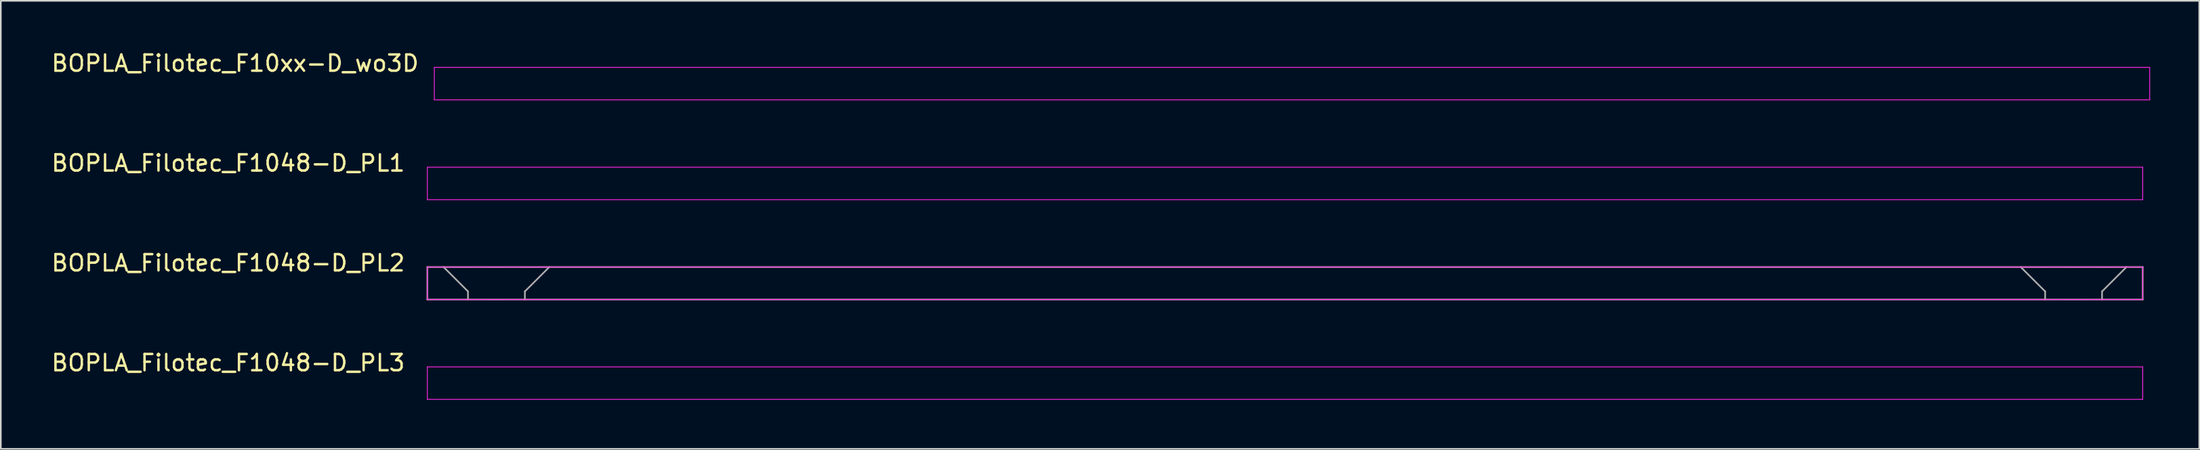
<source format=kicad_pcb>
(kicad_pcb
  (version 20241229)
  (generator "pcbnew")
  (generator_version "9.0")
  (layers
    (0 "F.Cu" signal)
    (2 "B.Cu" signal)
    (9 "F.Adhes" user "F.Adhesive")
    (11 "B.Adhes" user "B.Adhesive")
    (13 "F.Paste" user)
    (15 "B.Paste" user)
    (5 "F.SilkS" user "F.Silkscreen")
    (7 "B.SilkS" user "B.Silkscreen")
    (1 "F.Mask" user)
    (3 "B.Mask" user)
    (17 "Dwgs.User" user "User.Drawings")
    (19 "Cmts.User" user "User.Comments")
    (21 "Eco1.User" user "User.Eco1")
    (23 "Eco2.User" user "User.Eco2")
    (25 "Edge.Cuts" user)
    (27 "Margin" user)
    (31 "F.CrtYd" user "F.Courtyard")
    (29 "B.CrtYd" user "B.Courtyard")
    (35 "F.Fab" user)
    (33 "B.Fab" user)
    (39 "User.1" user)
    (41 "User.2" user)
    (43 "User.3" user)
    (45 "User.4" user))
  (footprint "BOPLA_Filotec_F1048-D_PL1"
    (layer "F.Cu")
    (at 75.982 8.246)
    (property "Reference" "BOPLA_Filotec_F1048-D_PL1" (at -65 -1.25 0) (layer "F.SilkS") (effects (font (size 1 1) (thickness 0.15))))
    (attr exclude_from_pos_files exclude_from_bom)
    (fp_line (start -52.75 -1) (end -51.75 -1) (stroke (width 0.1) (type solid)) (layer "Eco1.User"))
    (fp_line (start -52.75 1) (end -52.75 -1) (stroke (width 0.1) (type solid)) (layer "Eco1.User"))
    (fp_line (start -52.75 1) (end -50.25 1) (stroke (width 0.1) (type solid)) (layer "Eco1.User"))
    (fp_line (start -51.75 -1) (end -45.25 -1) (stroke (width 0.1) (type solid)) (layer "Eco1.User"))
    (fp_line (start -50.25 0.5) (end -51.75 -1) (stroke (width 0.1) (type solid)) (layer "Eco1.User"))
    (fp_line (start -50.25 1) (end -50.25 0.5) (stroke (width 0.1) (type solid)) (layer "Eco1.User"))
    (fp_line (start -50.25 1) (end -46.75 1) (stroke (width 0.1) (type solid)) (layer "Eco1.User"))
    (fp_line (start -46.75 0.5) (end -45.25 -1) (stroke (width 0.1) (type solid)) (layer "Eco1.User"))
    (fp_line (start -46.75 1) (end -46.75 0.5) (stroke (width 0.1) (type solid)) (layer "Eco1.User"))
    (fp_line (start -46.75 1) (end 46.75 1) (stroke (width 0.1) (type solid)) (layer "Eco1.User"))
    (fp_line (start -45.25 -1) (end 45.25 -1) (stroke (width 0.1) (type solid)) (layer "Eco1.User"))
    (fp_line (start 45.25 -1) (end 51.75 -1) (stroke (width 0.1) (type solid)) (layer "Eco1.User"))
    (fp_line (start 46.75 0.5) (end 45.25 -1) (stroke (width 0.1) (type solid)) (layer "Eco1.User"))
    (fp_line (start 46.75 1) (end 46.75 0.5) (stroke (width 0.1) (type solid)) (layer "Eco1.User"))
    (fp_line (start 46.75 1) (end 50.25 1) (stroke (width 0.1) (type solid)) (layer "Eco1.User"))
    (fp_line (start 50.25 0.5) (end 51.75 -1) (stroke (width 0.1) (type solid)) (layer "Eco1.User"))
    (fp_line (start 50.25 1) (end 50.25 0.5) (stroke (width 0.1) (type solid)) (layer "Eco1.User"))
    (fp_line (start 50.25 1) (end 52.75 1) (stroke (width 0.1) (type solid)) (layer "Eco1.User"))
    (fp_line (start 51.75 -1) (end 52.75 -1) (stroke (width 0.1) (type solid)) (layer "Eco1.User"))
    (fp_line (start 52.75 -1) (end 52.75 1) (stroke (width 0.1) (type solid)) (layer "Eco1.User"))
    (fp_line (start -52.75 -1) (end -52.75 1) (stroke (width 0.05) (type solid)) (layer "F.CrtYd"))
    (fp_line (start -52.75 1) (end 52.75 1) (stroke (width 0.05) (type solid)) (layer "F.CrtYd"))
    (fp_line (start 52.75 -1) (end -52.75 -1) (stroke (width 0.05) (type solid)) (layer "F.CrtYd"))
    (fp_line (start 52.75 1) (end 52.75 -1) (stroke (width 0.05) (type solid)) (layer "F.CrtYd")))
  (footprint "BOPLA_Filotec_F1048-D_PL2"
    (layer "F.Cu")
    (at 75.982 14.395)
    (property "Reference" "BOPLA_Filotec_F1048-D_PL2" (at -65 -1.25 0) (layer "F.SilkS") (effects (font (size 1 1) (thickness 0.15))))
    (attr exclude_from_pos_files exclude_from_bom)
    (fp_line (start -52.75 -1) (end -52.75 1) (stroke (width 0.05) (type solid)) (layer "F.CrtYd"))
    (fp_line (start -52.75 1) (end 52.75 1) (stroke (width 0.05) (type solid)) (layer "F.CrtYd"))
    (fp_line (start 52.75 -1) (end -52.75 -1) (stroke (width 0.05) (type solid)) (layer "F.CrtYd"))
    (fp_line (start 52.75 1) (end 52.75 -1) (stroke (width 0.05) (type solid)) (layer "F.CrtYd"))
    (fp_line (start -52.75 -1) (end -51.75 -1) (stroke (width 0.1) (type solid)) (layer "F.Fab"))
    (fp_line (start -52.75 1) (end -52.75 -1) (stroke (width 0.1) (type solid)) (layer "F.Fab"))
    (fp_line (start -52.75 1) (end -50.25 1) (stroke (width 0.1) (type solid)) (layer "F.Fab"))
    (fp_line (start -51.75 -1) (end -45.25 -1) (stroke (width 0.1) (type solid)) (layer "F.Fab"))
    (fp_line (start -50.25 0.5) (end -51.75 -1) (stroke (width 0.1) (type solid)) (layer "F.Fab"))
    (fp_line (start -50.25 1) (end -50.25 0.5) (stroke (width 0.1) (type solid)) (layer "F.Fab"))
    (fp_line (start -50.25 1) (end -46.75 1) (stroke (width 0.1) (type solid)) (layer "F.Fab"))
    (fp_line (start -50 -1) (end -51 -1) (stroke (width 0.05) (type solid)) (layer "F.Fab"))
    (fp_line (start -49 -1) (end -48 -1) (stroke (width 0.05) (type solid)) (layer "F.Fab"))
    (fp_line (start -49 1) (end -48 1) (stroke (width 0.05) (type solid)) (layer "F.Fab"))
    (fp_line (start -47 -1) (end -46 -1) (stroke (width 0.05) (type solid)) (layer "F.Fab"))
    (fp_line (start -46.75 0.5) (end -45.25 -1) (stroke (width 0.1) (type solid)) (layer "F.Fab"))
    (fp_line (start -46.75 1) (end -46.75 0.5) (stroke (width 0.1) (type solid)) (layer "F.Fab"))
    (fp_line (start -46.75 1) (end 46.75 1) (stroke (width 0.1) (type solid)) (layer "F.Fab"))
    (fp_line (start -45.25 -1) (end 45.25 -1) (stroke (width 0.1) (type solid)) (layer "F.Fab"))
    (fp_line (start 45.25 -1) (end 51.75 -1) (stroke (width 0.1) (type solid)) (layer "F.Fab"))
    (fp_line (start 46.75 0.5) (end 45.25 -1) (stroke (width 0.1) (type solid)) (layer "F.Fab"))
    (fp_line (start 46.75 1) (end 46.75 0.5) (stroke (width 0.1) (type solid)) (layer "F.Fab"))
    (fp_line (start 46.75 1) (end 50.25 1) (stroke (width 0.1) (type solid)) (layer "F.Fab"))
    (fp_line (start 47 -1) (end 46 -1) (stroke (width 0.05) (type solid)) (layer "F.Fab"))
    (fp_line (start 48 -1) (end 49 -1) (stroke (width 0.05) (type solid)) (layer "F.Fab"))
    (fp_line (start 48 1) (end 49 1) (stroke (width 0.05) (type solid)) (layer "F.Fab"))
    (fp_line (start 50 -1) (end 51 -1) (stroke (width 0.05) (type solid)) (layer "F.Fab"))
    (fp_line (start 50.25 0.5) (end 51.75 -1) (stroke (width 0.1) (type solid)) (layer "F.Fab"))
    (fp_line (start 50.25 1) (end 50.25 0.5) (stroke (width 0.1) (type solid)) (layer "F.Fab"))
    (fp_line (start 50.25 1) (end 52.75 1) (stroke (width 0.1) (type solid)) (layer "F.Fab"))
    (fp_line (start 51.75 -1) (end 52.75 -1) (stroke (width 0.1) (type solid)) (layer "F.Fab"))
    (fp_line (start 52.75 -1) (end 52.75 1) (stroke (width 0.1) (type solid)) (layer "F.Fab")))
  (footprint "BOPLA_Filotec_F1048-D_PL3"
    (layer "F.Cu")
    (at 75.982 20.543)
    (property "Reference" "BOPLA_Filotec_F1048-D_PL3" (at -65 -1.25 0) (layer "F.SilkS") (effects (font (size 1 1) (thickness 0.15))))
    (attr exclude_from_pos_files exclude_from_bom)
    (fp_line (start -52.75 -1) (end -51.75 -1) (stroke (width 0.1) (type solid)) (layer "Eco1.User"))
    (fp_line (start -52.75 1) (end -52.75 -1) (stroke (width 0.1) (type solid)) (layer "Eco1.User"))
    (fp_line (start -52.75 1) (end -50.25 1) (stroke (width 0.1) (type solid)) (layer "Eco1.User"))
    (fp_line (start -51.75 -1) (end -45.25 -1) (stroke (width 0.1) (type solid)) (layer "Eco1.User"))
    (fp_line (start -50.25 0.5) (end -51.75 -1) (stroke (width 0.1) (type solid)) (layer "Eco1.User"))
    (fp_line (start -50.25 1) (end -50.25 0.5) (stroke (width 0.1) (type solid)) (layer "Eco1.User"))
    (fp_line (start -50.25 1) (end -46.75 1) (stroke (width 0.1) (type solid)) (layer "Eco1.User"))
    (fp_line (start -46.75 0.5) (end -45.25 -1) (stroke (width 0.1) (type solid)) (layer "Eco1.User"))
    (fp_line (start -46.75 1) (end -46.75 0.5) (stroke (width 0.1) (type solid)) (layer "Eco1.User"))
    (fp_line (start -46.75 1) (end 46.75 1) (stroke (width 0.1) (type solid)) (layer "Eco1.User"))
    (fp_line (start -45.25 -1) (end 45.25 -1) (stroke (width 0.1) (type solid)) (layer "Eco1.User"))
    (fp_line (start 45.25 -1) (end 51.75 -1) (stroke (width 0.1) (type solid)) (layer "Eco1.User"))
    (fp_line (start 46.75 0.5) (end 45.25 -1) (stroke (width 0.1) (type solid)) (layer "Eco1.User"))
    (fp_line (start 46.75 1) (end 46.75 0.5) (stroke (width 0.1) (type solid)) (layer "Eco1.User"))
    (fp_line (start 46.75 1) (end 50.25 1) (stroke (width 0.1) (type solid)) (layer "Eco1.User"))
    (fp_line (start 50.25 0.5) (end 51.75 -1) (stroke (width 0.1) (type solid)) (layer "Eco1.User"))
    (fp_line (start 50.25 1) (end 50.25 0.5) (stroke (width 0.1) (type solid)) (layer "Eco1.User"))
    (fp_line (start 50.25 1) (end 52.75 1) (stroke (width 0.1) (type solid)) (layer "Eco1.User"))
    (fp_line (start 51.75 -1) (end 52.75 -1) (stroke (width 0.1) (type solid)) (layer "Eco1.User"))
    (fp_line (start 52.75 -1) (end 52.75 1) (stroke (width 0.1) (type solid)) (layer "Eco1.User"))
    (fp_line (start -52.75 -1) (end -52.75 1) (stroke (width 0.05) (type solid)) (layer "F.CrtYd"))
    (fp_line (start -52.75 1) (end 52.75 1) (stroke (width 0.05) (type solid)) (layer "F.CrtYd"))
    (fp_line (start 52.75 -1) (end -52.75 -1) (stroke (width 0.05) (type solid)) (layer "F.CrtYd"))
    (fp_line (start 52.75 1) (end 52.75 -1) (stroke (width 0.05) (type solid)) (layer "F.CrtYd")))
  (footprint "BOPLA_Filotec_F10xx-D_wo3D"
    (layer "F.Cu")
    (at 76.411 2.098)
    (property "Reference" "BOPLA_Filotec_F10xx-D_wo3D" (at -65 -1.25 0) (layer "F.SilkS") (effects (font (size 1 1) (thickness 0.15))))
    (attr exclude_from_pos_files exclude_from_bom)
    (fp_line (start -52.75 -1) (end -51.75 -1) (stroke (width 0.1) (type solid)) (layer "Eco1.User"))
    (fp_line (start -52.75 1) (end -52.75 -1) (stroke (width 0.1) (type solid)) (layer "Eco1.User"))
    (fp_line (start -52.75 1) (end -50.25 1) (stroke (width 0.1) (type solid)) (layer "Eco1.User"))
    (fp_line (start -51.75 -1) (end -45.25 -1) (stroke (width 0.1) (type solid)) (layer "Eco1.User"))
    (fp_line (start -50.25 0.5) (end -51.75 -1) (stroke (width 0.1) (type solid)) (layer "Eco1.User"))
    (fp_line (start -50.25 1) (end -50.25 0.5) (stroke (width 0.1) (type solid)) (layer "Eco1.User"))
    (fp_line (start -50.25 1) (end -46.75 1) (stroke (width 0.1) (type solid)) (layer "Eco1.User"))
    (fp_line (start -46.75 0.5) (end -45.25 -1) (stroke (width 0.1) (type solid)) (layer "Eco1.User"))
    (fp_line (start -46.75 1) (end -46.75 0.5) (stroke (width 0.1) (type solid)) (layer "Eco1.User"))
    (fp_line (start -46.75 1) (end 46.75 1) (stroke (width 0.1) (type solid)) (layer "Eco1.User"))
    (fp_line (start -45.25 -1) (end 45.25 -1) (stroke (width 0.1) (type solid)) (layer "Eco1.User"))
    (fp_line (start 45.25 -1) (end 51.75 -1) (stroke (width 0.1) (type solid)) (layer "Eco1.User"))
    (fp_line (start 46.75 0.5) (end 45.25 -1) (stroke (width 0.1) (type solid)) (layer "Eco1.User"))
    (fp_line (start 46.75 1) (end 46.75 0.5) (stroke (width 0.1) (type solid)) (layer "Eco1.User"))
    (fp_line (start 46.75 1) (end 50.25 1) (stroke (width 0.1) (type solid)) (layer "Eco1.User"))
    (fp_line (start 50.25 0.5) (end 51.75 -1) (stroke (width 0.1) (type solid)) (layer "Eco1.User"))
    (fp_line (start 50.25 1) (end 50.25 0.5) (stroke (width 0.1) (type solid)) (layer "Eco1.User"))
    (fp_line (start 50.25 1) (end 52.75 1) (stroke (width 0.1) (type solid)) (layer "Eco1.User"))
    (fp_line (start 51.75 -1) (end 52.75 -1) (stroke (width 0.1) (type solid)) (layer "Eco1.User"))
    (fp_line (start 52.75 -1) (end 52.75 1) (stroke (width 0.1) (type solid)) (layer "Eco1.User"))
    (fp_line (start -52.75 -1) (end -52.75 1) (stroke (width 0.05) (type solid)) (layer "F.CrtYd"))
    (fp_line (start -52.75 1) (end 52.75 1) (stroke (width 0.05) (type solid)) (layer "F.CrtYd"))
    (fp_line (start 52.75 -1) (end -52.75 -1) (stroke (width 0.05) (type solid)) (layer "F.CrtYd"))
    (fp_line (start 52.75 1) (end 52.75 -1) (stroke (width 0.05) (type solid)) (layer "F.CrtYd")))
  (gr_rect
    (start -3 -3)
    (end 132.211 24.593)
    (stroke (width 0.1) (type default))
    (fill no)
    (layer "Edge.Cuts")))
</source>
